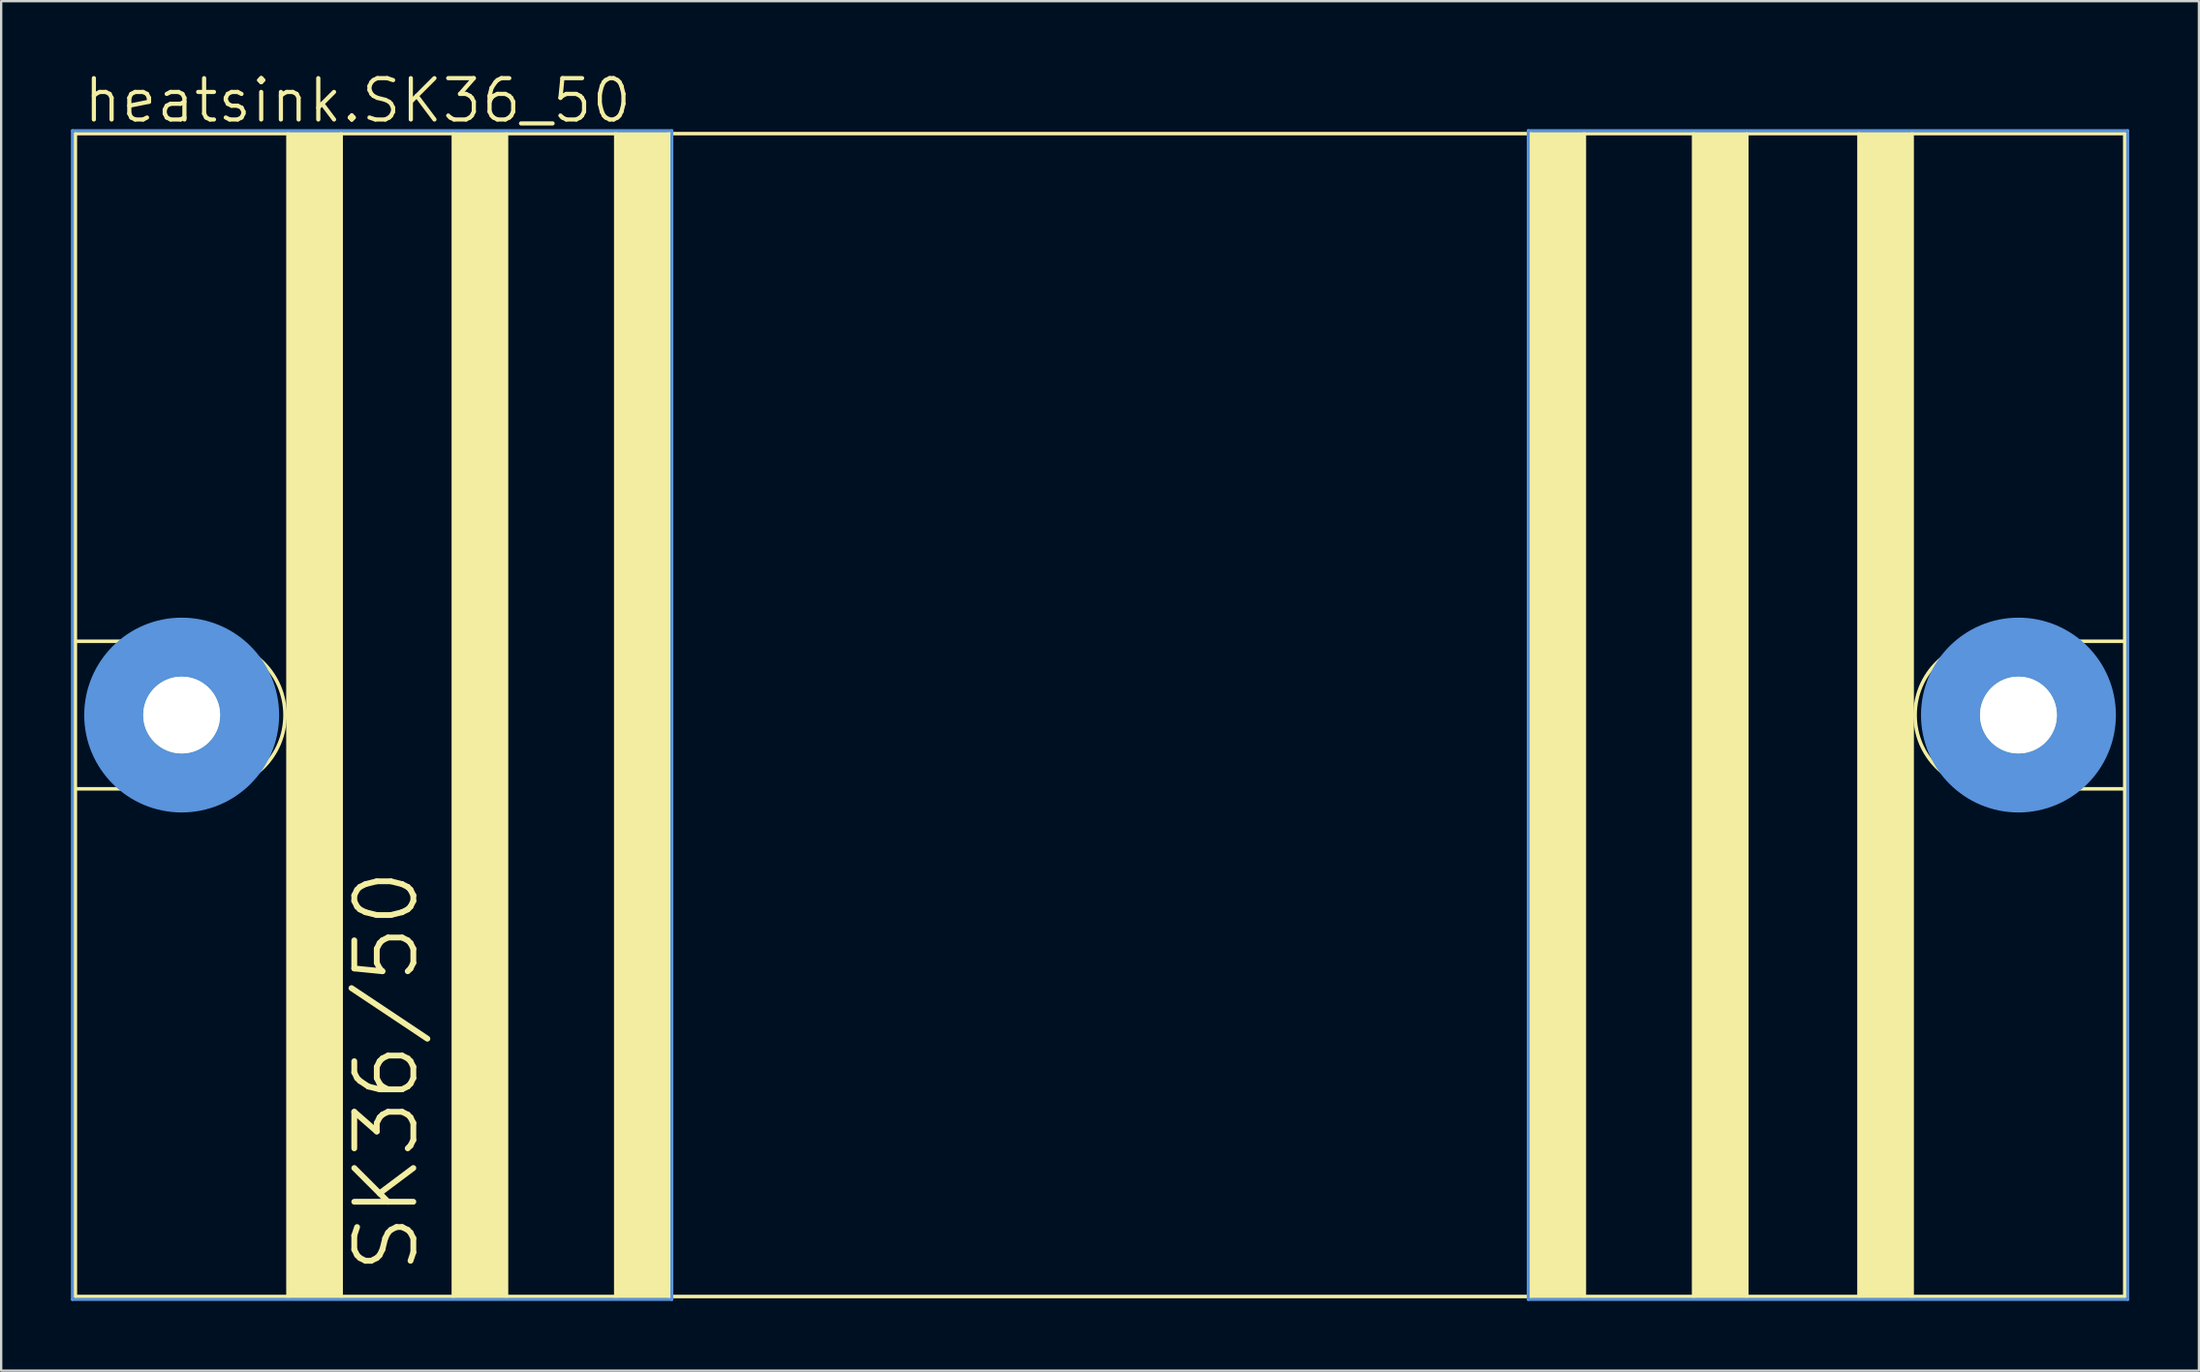
<source format=kicad_pcb>
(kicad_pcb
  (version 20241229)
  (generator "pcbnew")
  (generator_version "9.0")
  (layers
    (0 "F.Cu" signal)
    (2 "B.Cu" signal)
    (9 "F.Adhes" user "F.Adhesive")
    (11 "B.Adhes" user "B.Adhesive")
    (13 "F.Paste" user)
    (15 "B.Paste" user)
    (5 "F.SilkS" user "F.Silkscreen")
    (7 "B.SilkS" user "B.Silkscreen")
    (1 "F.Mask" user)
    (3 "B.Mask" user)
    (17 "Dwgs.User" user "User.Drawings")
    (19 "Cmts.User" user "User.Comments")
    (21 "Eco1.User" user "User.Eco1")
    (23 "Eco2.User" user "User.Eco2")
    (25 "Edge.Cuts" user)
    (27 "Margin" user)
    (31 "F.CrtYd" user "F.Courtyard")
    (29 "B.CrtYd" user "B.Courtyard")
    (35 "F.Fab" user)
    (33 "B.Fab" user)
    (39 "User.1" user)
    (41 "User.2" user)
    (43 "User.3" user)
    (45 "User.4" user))
  (footprint "heatsink.SK36_50"
    (layer "F.Cu")
    (at 44.26 27.718)
    (property "Reference" "heatsink.SK36_50" (at -43.815 -25.4 0) (layer "F.SilkS") (effects (font (size 1.778 1.778) (thickness 0.18)) (justify left bottom)))
    (fp_line (start -44.069 -25.019) (end -34.925 -25.019) (stroke (width 0.152) (type default)) (layer "F.SilkS"))
    (fp_line (start -44.069 -3.175) (end -44.069 -25.019) (stroke (width 0.152) (type default)) (layer "F.SilkS"))
    (fp_line (start -44.069 -3.175) (end -38.227 -3.175) (stroke (width 0.152) (type default)) (layer "F.SilkS"))
    (fp_line (start -44.069 3.175) (end -44.069 -3.175) (stroke (width 0.152) (type default)) (layer "F.SilkS"))
    (fp_line (start -44.069 25.019) (end -44.069 3.175) (stroke (width 0.152) (type default)) (layer "F.SilkS"))
    (fp_line (start -42.291 0) (end -36.576 0) (stroke (width 0.152) (type default)) (layer "F.SilkS"))
    (fp_line (start -39.497 -2.921) (end -39.497 2.921) (stroke (width 0.152) (type default)) (layer "F.SilkS"))
    (fp_line (start -38.227 3.175) (end -44.069 3.175) (stroke (width 0.152) (type default)) (layer "F.SilkS"))
    (fp_line (start -34.925 -25.019) (end -32.639 -25.019) (stroke (width 0.152) (type default)) (layer "F.SilkS"))
    (fp_line (start -34.925 25.019) (end -44.069 25.019) (stroke (width 0.152) (type default)) (layer "F.SilkS"))
    (fp_line (start -34.925 25.019) (end -34.925 -25.019) (stroke (width 0.152) (type default)) (layer "F.SilkS"))
    (fp_line (start -32.639 -25.019) (end -27.813 -25.019) (stroke (width 0.152) (type default)) (layer "F.SilkS"))
    (fp_line (start -32.639 25.019) (end -34.925 25.019) (stroke (width 0.152) (type default)) (layer "F.SilkS"))
    (fp_line (start -32.639 25.019) (end -32.639 -25.019) (stroke (width 0.152) (type default)) (layer "F.SilkS"))
    (fp_line (start -27.813 -25.019) (end -25.527 -25.019) (stroke (width 0.152) (type default)) (layer "F.SilkS"))
    (fp_line (start -27.813 25.019) (end -32.639 25.019) (stroke (width 0.152) (type default)) (layer "F.SilkS"))
    (fp_line (start -27.813 25.019) (end -27.813 -25.019) (stroke (width 0.152) (type default)) (layer "F.SilkS"))
    (fp_line (start -25.527 -25.019) (end -20.828 -25.019) (stroke (width 0.152) (type default)) (layer "F.SilkS"))
    (fp_line (start -25.527 25.019) (end -27.813 25.019) (stroke (width 0.152) (type default)) (layer "F.SilkS"))
    (fp_line (start -25.527 25.019) (end -25.527 -25.019) (stroke (width 0.152) (type default)) (layer "F.SilkS"))
    (fp_line (start -20.828 -25.019) (end -18.542 -25.019) (stroke (width 0.152) (type default)) (layer "F.SilkS"))
    (fp_line (start -20.828 25.019) (end -25.527 25.019) (stroke (width 0.152) (type default)) (layer "F.SilkS"))
    (fp_line (start -20.828 25.019) (end -20.828 -25.019) (stroke (width 0.152) (type default)) (layer "F.SilkS"))
    (fp_line (start -18.542 -25.019) (end 18.542 -25.019) (stroke (width 0.152) (type default)) (layer "F.SilkS"))
    (fp_line (start -18.542 25.019) (end -20.828 25.019) (stroke (width 0.152) (type default)) (layer "F.SilkS"))
    (fp_line (start -18.542 25.019) (end -18.542 -25.019) (stroke (width 0.152) (type default)) (layer "F.SilkS"))
    (fp_line (start 18.542 -25.019) (end 18.542 25.019) (stroke (width 0.152) (type default)) (layer "F.SilkS"))
    (fp_line (start 18.542 -25.019) (end 20.828 -25.019) (stroke (width 0.152) (type default)) (layer "F.SilkS"))
    (fp_line (start 18.542 25.019) (end -18.542 25.019) (stroke (width 0.152) (type default)) (layer "F.SilkS"))
    (fp_line (start 20.828 -25.019) (end 20.828 25.019) (stroke (width 0.152) (type default)) (layer "F.SilkS"))
    (fp_line (start 20.828 -25.019) (end 25.527 -25.019) (stroke (width 0.152) (type default)) (layer "F.SilkS"))
    (fp_line (start 20.828 25.019) (end 18.542 25.019) (stroke (width 0.152) (type default)) (layer "F.SilkS"))
    (fp_line (start 25.527 -25.019) (end 25.527 25.019) (stroke (width 0.152) (type default)) (layer "F.SilkS"))
    (fp_line (start 25.527 -25.019) (end 27.813 -25.019) (stroke (width 0.152) (type default)) (layer "F.SilkS"))
    (fp_line (start 25.527 25.019) (end 20.828 25.019) (stroke (width 0.152) (type default)) (layer "F.SilkS"))
    (fp_line (start 27.813 -25.019) (end 27.813 25.019) (stroke (width 0.152) (type default)) (layer "F.SilkS"))
    (fp_line (start 27.813 -25.019) (end 32.639 -25.019) (stroke (width 0.152) (type default)) (layer "F.SilkS"))
    (fp_line (start 27.813 25.019) (end 25.527 25.019) (stroke (width 0.152) (type default)) (layer "F.SilkS"))
    (fp_line (start 32.639 -25.019) (end 32.639 25.019) (stroke (width 0.152) (type default)) (layer "F.SilkS"))
    (fp_line (start 32.639 -25.019) (end 34.925 -25.019) (stroke (width 0.152) (type default)) (layer "F.SilkS"))
    (fp_line (start 32.639 25.019) (end 27.813 25.019) (stroke (width 0.152) (type default)) (layer "F.SilkS"))
    (fp_line (start 34.925 -25.019) (end 34.925 25.019) (stroke (width 0.152) (type default)) (layer "F.SilkS"))
    (fp_line (start 34.925 -25.019) (end 44.069 -25.019) (stroke (width 0.152) (type default)) (layer "F.SilkS"))
    (fp_line (start 34.925 25.019) (end 32.639 25.019) (stroke (width 0.152) (type default)) (layer "F.SilkS"))
    (fp_line (start 38.227 -3.175) (end 44.069 -3.175) (stroke (width 0.152) (type default)) (layer "F.SilkS"))
    (fp_line (start 39.497 2.921) (end 39.497 -2.921) (stroke (width 0.152) (type default)) (layer "F.SilkS"))
    (fp_line (start 42.291 0) (end 36.576 0) (stroke (width 0.152) (type default)) (layer "F.SilkS"))
    (fp_line (start 44.069 -25.019) (end 44.069 -3.175) (stroke (width 0.152) (type default)) (layer "F.SilkS"))
    (fp_line (start 44.069 -3.175) (end 44.069 3.175) (stroke (width 0.152) (type default)) (layer "F.SilkS"))
    (fp_line (start 44.069 3.175) (end 38.227 3.175) (stroke (width 0.152) (type default)) (layer "F.SilkS"))
    (fp_line (start 44.069 3.175) (end 44.069 25.019) (stroke (width 0.152) (type default)) (layer "F.SilkS"))
    (fp_line (start 44.069 25.019) (end 34.925 25.019) (stroke (width 0.152) (type default)) (layer "F.SilkS"))
    (fp_rect (start -34.925 25.019) (end -32.639 -25.019) (stroke (width 0.05) (type default)) (fill yes) (layer "F.SilkS"))
    (fp_rect (start -27.813 25.019) (end -25.527 -25.019) (stroke (width 0.05) (type default)) (fill yes) (layer "F.SilkS"))
    (fp_rect (start -20.828 25.019) (end -18.542 -25.019) (stroke (width 0.05) (type default)) (fill yes) (layer "F.SilkS"))
    (fp_rect (start 18.542 25.019) (end 20.828 -25.019) (stroke (width 0.05) (type default)) (fill yes) (layer "F.SilkS"))
    (fp_rect (start 25.527 25.019) (end 27.813 -25.019) (stroke (width 0.05) (type default)) (fill yes) (layer "F.SilkS"))
    (fp_rect (start 32.639 25.019) (end 34.925 -25.019) (stroke (width 0.05) (type default)) (fill yes) (layer "F.SilkS"))
    (fp_arc (start -38.227 -3.175) (mid -35.052 0) (end -38.227 3.175) (stroke (width 0.1524) (type default)) (layer "F.SilkS"))
    (fp_arc (start 38.227 3.175) (mid 35.052 0) (end 38.227 -3.175) (stroke (width 0.1524) (type default)) (layer "F.SilkS"))
    (fp_circle (center -39.497 0) (end -37.846 0) (stroke (width 0.152) (type default)) (fill no) (layer "F.SilkS"))
    (fp_circle (center 39.497 0) (end 41.148 0) (stroke (width 0.152) (type default)) (fill no) (layer "F.SilkS"))
    (fp_line (start -44.196 -25.146) (end -18.415 -25.146) (stroke (width 0.127) (type default)) (layer "Cmts.User"))
    (fp_line (start -44.196 25.146) (end -44.196 -25.146) (stroke (width 0.127) (type default)) (layer "Cmts.User"))
    (fp_line (start -18.415 -25.146) (end -18.415 25.146) (stroke (width 0.127) (type default)) (layer "Cmts.User"))
    (fp_line (start -18.415 25.146) (end -44.196 25.146) (stroke (width 0.127) (type default)) (layer "Cmts.User"))
    (fp_line (start 18.415 -25.146) (end 44.196 -25.146) (stroke (width 0.127) (type default)) (layer "Cmts.User"))
    (fp_line (start 18.415 25.146) (end 18.415 -25.146) (stroke (width 0.127) (type default)) (layer "Cmts.User"))
    (fp_line (start 44.196 -25.146) (end 44.196 25.146) (stroke (width 0.127) (type default)) (layer "Cmts.User"))
    (fp_line (start 44.196 25.146) (end 18.415 25.146) (stroke (width 0.127) (type default)) (layer "Cmts.User"))
    (fp_circle (center -39.497 0) (end -36.576 0) (stroke (width 2.54) (type default)) (fill no) (layer "Cmts.User"))
    (fp_circle (center 39.497 0) (end 42.418 0) (stroke (width 2.54) (type default)) (fill no) (layer "Cmts.User"))
    (fp_text user "SK36/50" (at -29.21 24.13 90) (layer "F.SilkS") (effects (font (size 2.54 2.54) (thickness 0.25)) (justify left bottom)))
    (pad "" np_thru_hole circle (at -39.497 0) (size 3.302 3.302) (drill 3.302) (layers "*.Cu" "*.Mask"))
    (pad "" np_thru_hole circle (at 39.497 0) (size 3.302 3.302) (drill 3.302) (layers "*.Cu" "*.Mask")))
  (gr_rect
    (start -3 -3)
    (end 91.519 55.928)
    (stroke (width 0.1) (type default))
    (fill no)
    (layer "Edge.Cuts")))
</source>
